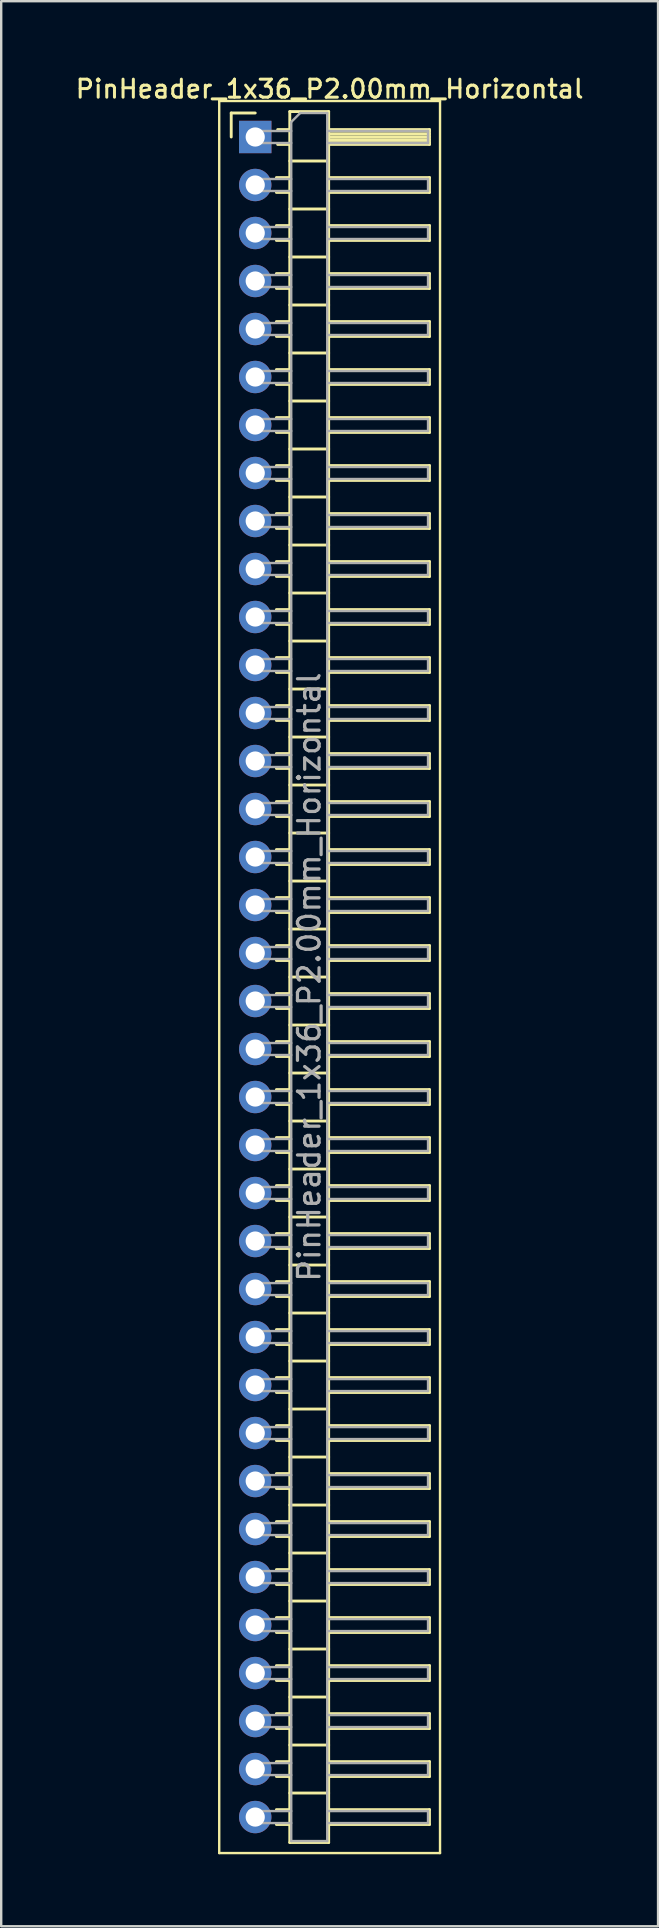
<source format=kicad_pcb>
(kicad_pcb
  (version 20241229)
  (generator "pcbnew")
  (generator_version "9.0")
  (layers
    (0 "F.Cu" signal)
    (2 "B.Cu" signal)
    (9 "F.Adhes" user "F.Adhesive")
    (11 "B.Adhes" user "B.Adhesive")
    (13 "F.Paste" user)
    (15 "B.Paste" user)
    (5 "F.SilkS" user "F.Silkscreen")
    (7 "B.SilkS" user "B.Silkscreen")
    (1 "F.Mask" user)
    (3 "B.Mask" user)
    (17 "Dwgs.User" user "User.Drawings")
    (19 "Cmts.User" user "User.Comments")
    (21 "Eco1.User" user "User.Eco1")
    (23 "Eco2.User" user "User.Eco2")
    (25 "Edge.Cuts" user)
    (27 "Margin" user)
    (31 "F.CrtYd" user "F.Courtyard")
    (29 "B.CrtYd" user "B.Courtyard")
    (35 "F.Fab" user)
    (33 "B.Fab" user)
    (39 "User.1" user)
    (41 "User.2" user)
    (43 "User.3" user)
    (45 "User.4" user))
  (footprint "PinHeader_1x36_P2.00mm_Horizontal"
    (layer "F.Cu")
    (at 7.584 2.658)
    (property "Reference" "PinHeader_1x36_P2.00mm_Horizontal" (at 3.1 -2 0) (layer "F.SilkS") (effects (font (size 0.75 0.75) (thickness 0.125))))
    (attr through_hole)
    (fp_line (start -1.5 -1.5) (end -1.5 71.5) (stroke (width 0.1) (type solid)) (layer "F.SilkS"))
    (fp_line (start -1.5 71.5) (end 7.7 71.5) (stroke (width 0.1) (type solid)) (layer "F.SilkS"))
    (fp_line (start -1 -1) (end 0 -1) (stroke (width 0.12) (type solid)) (layer "F.SilkS"))
    (fp_line (start -1 0) (end -1 -1) (stroke (width 0.12) (type solid)) (layer "F.SilkS"))
    (fp_line (start 0.882 1.69) (end 1.44 1.69) (stroke (width 0.12) (type solid)) (layer "F.SilkS"))
    (fp_line (start 0.882 2.31) (end 1.44 2.31) (stroke (width 0.12) (type solid)) (layer "F.SilkS"))
    (fp_line (start 0.882 3.69) (end 1.44 3.69) (stroke (width 0.12) (type solid)) (layer "F.SilkS"))
    (fp_line (start 0.882 4.31) (end 1.44 4.31) (stroke (width 0.12) (type solid)) (layer "F.SilkS"))
    (fp_line (start 0.882 5.69) (end 1.44 5.69) (stroke (width 0.12) (type solid)) (layer "F.SilkS"))
    (fp_line (start 0.882 6.31) (end 1.44 6.31) (stroke (width 0.12) (type solid)) (layer "F.SilkS"))
    (fp_line (start 0.882 7.69) (end 1.44 7.69) (stroke (width 0.12) (type solid)) (layer "F.SilkS"))
    (fp_line (start 0.882 8.31) (end 1.44 8.31) (stroke (width 0.12) (type solid)) (layer "F.SilkS"))
    (fp_line (start 0.882 9.69) (end 1.44 9.69) (stroke (width 0.12) (type solid)) (layer "F.SilkS"))
    (fp_line (start 0.882 10.31) (end 1.44 10.31) (stroke (width 0.12) (type solid)) (layer "F.SilkS"))
    (fp_line (start 0.882 11.69) (end 1.44 11.69) (stroke (width 0.12) (type solid)) (layer "F.SilkS"))
    (fp_line (start 0.882 12.31) (end 1.44 12.31) (stroke (width 0.12) (type solid)) (layer "F.SilkS"))
    (fp_line (start 0.882 13.69) (end 1.44 13.69) (stroke (width 0.12) (type solid)) (layer "F.SilkS"))
    (fp_line (start 0.882 14.31) (end 1.44 14.31) (stroke (width 0.12) (type solid)) (layer "F.SilkS"))
    (fp_line (start 0.882 15.69) (end 1.44 15.69) (stroke (width 0.12) (type solid)) (layer "F.SilkS"))
    (fp_line (start 0.882 16.31) (end 1.44 16.31) (stroke (width 0.12) (type solid)) (layer "F.SilkS"))
    (fp_line (start 0.882 17.69) (end 1.44 17.69) (stroke (width 0.12) (type solid)) (layer "F.SilkS"))
    (fp_line (start 0.882 18.31) (end 1.44 18.31) (stroke (width 0.12) (type solid)) (layer "F.SilkS"))
    (fp_line (start 0.882 19.69) (end 1.44 19.69) (stroke (width 0.12) (type solid)) (layer "F.SilkS"))
    (fp_line (start 0.882 20.31) (end 1.44 20.31) (stroke (width 0.12) (type solid)) (layer "F.SilkS"))
    (fp_line (start 0.882 21.69) (end 1.44 21.69) (stroke (width 0.12) (type solid)) (layer "F.SilkS"))
    (fp_line (start 0.882 22.31) (end 1.44 22.31) (stroke (width 0.12) (type solid)) (layer "F.SilkS"))
    (fp_line (start 0.882 23.69) (end 1.44 23.69) (stroke (width 0.12) (type solid)) (layer "F.SilkS"))
    (fp_line (start 0.882 24.31) (end 1.44 24.31) (stroke (width 0.12) (type solid)) (layer "F.SilkS"))
    (fp_line (start 0.882 25.69) (end 1.44 25.69) (stroke (width 0.12) (type solid)) (layer "F.SilkS"))
    (fp_line (start 0.882 26.31) (end 1.44 26.31) (stroke (width 0.12) (type solid)) (layer "F.SilkS"))
    (fp_line (start 0.882 27.69) (end 1.44 27.69) (stroke (width 0.12) (type solid)) (layer "F.SilkS"))
    (fp_line (start 0.882 28.31) (end 1.44 28.31) (stroke (width 0.12) (type solid)) (layer "F.SilkS"))
    (fp_line (start 0.882 29.69) (end 1.44 29.69) (stroke (width 0.12) (type solid)) (layer "F.SilkS"))
    (fp_line (start 0.882 30.31) (end 1.44 30.31) (stroke (width 0.12) (type solid)) (layer "F.SilkS"))
    (fp_line (start 0.882 31.69) (end 1.44 31.69) (stroke (width 0.12) (type solid)) (layer "F.SilkS"))
    (fp_line (start 0.882 32.31) (end 1.44 32.31) (stroke (width 0.12) (type solid)) (layer "F.SilkS"))
    (fp_line (start 0.882 33.69) (end 1.44 33.69) (stroke (width 0.12) (type solid)) (layer "F.SilkS"))
    (fp_line (start 0.882 34.31) (end 1.44 34.31) (stroke (width 0.12) (type solid)) (layer "F.SilkS"))
    (fp_line (start 0.882 35.69) (end 1.44 35.69) (stroke (width 0.12) (type solid)) (layer "F.SilkS"))
    (fp_line (start 0.882 36.31) (end 1.44 36.31) (stroke (width 0.12) (type solid)) (layer "F.SilkS"))
    (fp_line (start 0.882 37.69) (end 1.44 37.69) (stroke (width 0.12) (type solid)) (layer "F.SilkS"))
    (fp_line (start 0.882 38.31) (end 1.44 38.31) (stroke (width 0.12) (type solid)) (layer "F.SilkS"))
    (fp_line (start 0.882 39.69) (end 1.44 39.69) (stroke (width 0.12) (type solid)) (layer "F.SilkS"))
    (fp_line (start 0.882 40.31) (end 1.44 40.31) (stroke (width 0.12) (type solid)) (layer "F.SilkS"))
    (fp_line (start 0.882 41.69) (end 1.44 41.69) (stroke (width 0.12) (type solid)) (layer "F.SilkS"))
    (fp_line (start 0.882 42.31) (end 1.44 42.31) (stroke (width 0.12) (type solid)) (layer "F.SilkS"))
    (fp_line (start 0.882 43.69) (end 1.44 43.69) (stroke (width 0.12) (type solid)) (layer "F.SilkS"))
    (fp_line (start 0.882 44.31) (end 1.44 44.31) (stroke (width 0.12) (type solid)) (layer "F.SilkS"))
    (fp_line (start 0.882 45.69) (end 1.44 45.69) (stroke (width 0.12) (type solid)) (layer "F.SilkS"))
    (fp_line (start 0.882 46.31) (end 1.44 46.31) (stroke (width 0.12) (type solid)) (layer "F.SilkS"))
    (fp_line (start 0.882 47.69) (end 1.44 47.69) (stroke (width 0.12) (type solid)) (layer "F.SilkS"))
    (fp_line (start 0.882 48.31) (end 1.44 48.31) (stroke (width 0.12) (type solid)) (layer "F.SilkS"))
    (fp_line (start 0.882 49.69) (end 1.44 49.69) (stroke (width 0.12) (type solid)) (layer "F.SilkS"))
    (fp_line (start 0.882 50.31) (end 1.44 50.31) (stroke (width 0.12) (type solid)) (layer "F.SilkS"))
    (fp_line (start 0.882 51.69) (end 1.44 51.69) (stroke (width 0.12) (type solid)) (layer "F.SilkS"))
    (fp_line (start 0.882 52.31) (end 1.44 52.31) (stroke (width 0.12) (type solid)) (layer "F.SilkS"))
    (fp_line (start 0.882 53.69) (end 1.44 53.69) (stroke (width 0.12) (type solid)) (layer "F.SilkS"))
    (fp_line (start 0.882 54.31) (end 1.44 54.31) (stroke (width 0.12) (type solid)) (layer "F.SilkS"))
    (fp_line (start 0.882 55.69) (end 1.44 55.69) (stroke (width 0.12) (type solid)) (layer "F.SilkS"))
    (fp_line (start 0.882 56.31) (end 1.44 56.31) (stroke (width 0.12) (type solid)) (layer "F.SilkS"))
    (fp_line (start 0.882 57.69) (end 1.44 57.69) (stroke (width 0.12) (type solid)) (layer "F.SilkS"))
    (fp_line (start 0.882 58.31) (end 1.44 58.31) (stroke (width 0.12) (type solid)) (layer "F.SilkS"))
    (fp_line (start 0.882 59.69) (end 1.44 59.69) (stroke (width 0.12) (type solid)) (layer "F.SilkS"))
    (fp_line (start 0.882 60.31) (end 1.44 60.31) (stroke (width 0.12) (type solid)) (layer "F.SilkS"))
    (fp_line (start 0.882 61.69) (end 1.44 61.69) (stroke (width 0.12) (type solid)) (layer "F.SilkS"))
    (fp_line (start 0.882 62.31) (end 1.44 62.31) (stroke (width 0.12) (type solid)) (layer "F.SilkS"))
    (fp_line (start 0.882 63.69) (end 1.44 63.69) (stroke (width 0.12) (type solid)) (layer "F.SilkS"))
    (fp_line (start 0.882 64.31) (end 1.44 64.31) (stroke (width 0.12) (type solid)) (layer "F.SilkS"))
    (fp_line (start 0.882 65.69) (end 1.44 65.69) (stroke (width 0.12) (type solid)) (layer "F.SilkS"))
    (fp_line (start 0.882 66.31) (end 1.44 66.31) (stroke (width 0.12) (type solid)) (layer "F.SilkS"))
    (fp_line (start 0.882 67.69) (end 1.44 67.69) (stroke (width 0.12) (type solid)) (layer "F.SilkS"))
    (fp_line (start 0.882 68.31) (end 1.44 68.31) (stroke (width 0.12) (type solid)) (layer "F.SilkS"))
    (fp_line (start 0.882 69.69) (end 1.44 69.69) (stroke (width 0.12) (type solid)) (layer "F.SilkS"))
    (fp_line (start 0.882 70.31) (end 1.44 70.31) (stroke (width 0.12) (type solid)) (layer "F.SilkS"))
    (fp_line (start 0.935 -0.31) (end 1.44 -0.31) (stroke (width 0.12) (type solid)) (layer "F.SilkS"))
    (fp_line (start 0.935 0.31) (end 1.44 0.31) (stroke (width 0.12) (type solid)) (layer "F.SilkS"))
    (fp_line (start 1.44 -1.06) (end 1.44 71.06) (stroke (width 0.12) (type solid)) (layer "F.SilkS"))
    (fp_line (start 1.44 1) (end 3.06 1) (stroke (width 0.12) (type solid)) (layer "F.SilkS"))
    (fp_line (start 1.44 3) (end 3.06 3) (stroke (width 0.12) (type solid)) (layer "F.SilkS"))
    (fp_line (start 1.44 5) (end 3.06 5) (stroke (width 0.12) (type solid)) (layer "F.SilkS"))
    (fp_line (start 1.44 7) (end 3.06 7) (stroke (width 0.12) (type solid)) (layer "F.SilkS"))
    (fp_line (start 1.44 9) (end 3.06 9) (stroke (width 0.12) (type solid)) (layer "F.SilkS"))
    (fp_line (start 1.44 11) (end 3.06 11) (stroke (width 0.12) (type solid)) (layer "F.SilkS"))
    (fp_line (start 1.44 13) (end 3.06 13) (stroke (width 0.12) (type solid)) (layer "F.SilkS"))
    (fp_line (start 1.44 15) (end 3.06 15) (stroke (width 0.12) (type solid)) (layer "F.SilkS"))
    (fp_line (start 1.44 17) (end 3.06 17) (stroke (width 0.12) (type solid)) (layer "F.SilkS"))
    (fp_line (start 1.44 19) (end 3.06 19) (stroke (width 0.12) (type solid)) (layer "F.SilkS"))
    (fp_line (start 1.44 21) (end 3.06 21) (stroke (width 0.12) (type solid)) (layer "F.SilkS"))
    (fp_line (start 1.44 23) (end 3.06 23) (stroke (width 0.12) (type solid)) (layer "F.SilkS"))
    (fp_line (start 1.44 25) (end 3.06 25) (stroke (width 0.12) (type solid)) (layer "F.SilkS"))
    (fp_line (start 1.44 27) (end 3.06 27) (stroke (width 0.12) (type solid)) (layer "F.SilkS"))
    (fp_line (start 1.44 29) (end 3.06 29) (stroke (width 0.12) (type solid)) (layer "F.SilkS"))
    (fp_line (start 1.44 31) (end 3.06 31) (stroke (width 0.12) (type solid)) (layer "F.SilkS"))
    (fp_line (start 1.44 33) (end 3.06 33) (stroke (width 0.12) (type solid)) (layer "F.SilkS"))
    (fp_line (start 1.44 35) (end 3.06 35) (stroke (width 0.12) (type solid)) (layer "F.SilkS"))
    (fp_line (start 1.44 37) (end 3.06 37) (stroke (width 0.12) (type solid)) (layer "F.SilkS"))
    (fp_line (start 1.44 39) (end 3.06 39) (stroke (width 0.12) (type solid)) (layer "F.SilkS"))
    (fp_line (start 1.44 41) (end 3.06 41) (stroke (width 0.12) (type solid)) (layer "F.SilkS"))
    (fp_line (start 1.44 43) (end 3.06 43) (stroke (width 0.12) (type solid)) (layer "F.SilkS"))
    (fp_line (start 1.44 45) (end 3.06 45) (stroke (width 0.12) (type solid)) (layer "F.SilkS"))
    (fp_line (start 1.44 47) (end 3.06 47) (stroke (width 0.12) (type solid)) (layer "F.SilkS"))
    (fp_line (start 1.44 49) (end 3.06 49) (stroke (width 0.12) (type solid)) (layer "F.SilkS"))
    (fp_line (start 1.44 51) (end 3.06 51) (stroke (width 0.12) (type solid)) (layer "F.SilkS"))
    (fp_line (start 1.44 53) (end 3.06 53) (stroke (width 0.12) (type solid)) (layer "F.SilkS"))
    (fp_line (start 1.44 55) (end 3.06 55) (stroke (width 0.12) (type solid)) (layer "F.SilkS"))
    (fp_line (start 1.44 57) (end 3.06 57) (stroke (width 0.12) (type solid)) (layer "F.SilkS"))
    (fp_line (start 1.44 59) (end 3.06 59) (stroke (width 0.12) (type solid)) (layer "F.SilkS"))
    (fp_line (start 1.44 61) (end 3.06 61) (stroke (width 0.12) (type solid)) (layer "F.SilkS"))
    (fp_line (start 1.44 63) (end 3.06 63) (stroke (width 0.12) (type solid)) (layer "F.SilkS"))
    (fp_line (start 1.44 65) (end 3.06 65) (stroke (width 0.12) (type solid)) (layer "F.SilkS"))
    (fp_line (start 1.44 67) (end 3.06 67) (stroke (width 0.12) (type solid)) (layer "F.SilkS"))
    (fp_line (start 1.44 69) (end 3.06 69) (stroke (width 0.12) (type solid)) (layer "F.SilkS"))
    (fp_line (start 1.44 71.06) (end 3.06 71.06) (stroke (width 0.12) (type solid)) (layer "F.SilkS"))
    (fp_line (start 3.06 -1.06) (end 1.44 -1.06) (stroke (width 0.12) (type solid)) (layer "F.SilkS"))
    (fp_line (start 3.06 -0.31) (end 7.26 -0.31) (stroke (width 0.12) (type solid)) (layer "F.SilkS"))
    (fp_line (start 3.06 -0.25) (end 7.26 -0.25) (stroke (width 0.12) (type solid)) (layer "F.SilkS"))
    (fp_line (start 3.06 -0.13) (end 7.26 -0.13) (stroke (width 0.12) (type solid)) (layer "F.SilkS"))
    (fp_line (start 3.06 -0.01) (end 7.26 -0.01) (stroke (width 0.12) (type solid)) (layer "F.SilkS"))
    (fp_line (start 3.06 0.11) (end 7.26 0.11) (stroke (width 0.12) (type solid)) (layer "F.SilkS"))
    (fp_line (start 3.06 0.23) (end 7.26 0.23) (stroke (width 0.12) (type solid)) (layer "F.SilkS"))
    (fp_line (start 3.06 1.69) (end 7.26 1.69) (stroke (width 0.12) (type solid)) (layer "F.SilkS"))
    (fp_line (start 3.06 3.69) (end 7.26 3.69) (stroke (width 0.12) (type solid)) (layer "F.SilkS"))
    (fp_line (start 3.06 5.69) (end 7.26 5.69) (stroke (width 0.12) (type solid)) (layer "F.SilkS"))
    (fp_line (start 3.06 7.69) (end 7.26 7.69) (stroke (width 0.12) (type solid)) (layer "F.SilkS"))
    (fp_line (start 3.06 9.69) (end 7.26 9.69) (stroke (width 0.12) (type solid)) (layer "F.SilkS"))
    (fp_line (start 3.06 11.69) (end 7.26 11.69) (stroke (width 0.12) (type solid)) (layer "F.SilkS"))
    (fp_line (start 3.06 13.69) (end 7.26 13.69) (stroke (width 0.12) (type solid)) (layer "F.SilkS"))
    (fp_line (start 3.06 15.69) (end 7.26 15.69) (stroke (width 0.12) (type solid)) (layer "F.SilkS"))
    (fp_line (start 3.06 17.69) (end 7.26 17.69) (stroke (width 0.12) (type solid)) (layer "F.SilkS"))
    (fp_line (start 3.06 19.69) (end 7.26 19.69) (stroke (width 0.12) (type solid)) (layer "F.SilkS"))
    (fp_line (start 3.06 21.69) (end 7.26 21.69) (stroke (width 0.12) (type solid)) (layer "F.SilkS"))
    (fp_line (start 3.06 23.69) (end 7.26 23.69) (stroke (width 0.12) (type solid)) (layer "F.SilkS"))
    (fp_line (start 3.06 25.69) (end 7.26 25.69) (stroke (width 0.12) (type solid)) (layer "F.SilkS"))
    (fp_line (start 3.06 27.69) (end 7.26 27.69) (stroke (width 0.12) (type solid)) (layer "F.SilkS"))
    (fp_line (start 3.06 29.69) (end 7.26 29.69) (stroke (width 0.12) (type solid)) (layer "F.SilkS"))
    (fp_line (start 3.06 31.69) (end 7.26 31.69) (stroke (width 0.12) (type solid)) (layer "F.SilkS"))
    (fp_line (start 3.06 33.69) (end 7.26 33.69) (stroke (width 0.12) (type solid)) (layer "F.SilkS"))
    (fp_line (start 3.06 35.69) (end 7.26 35.69) (stroke (width 0.12) (type solid)) (layer "F.SilkS"))
    (fp_line (start 3.06 37.69) (end 7.26 37.69) (stroke (width 0.12) (type solid)) (layer "F.SilkS"))
    (fp_line (start 3.06 39.69) (end 7.26 39.69) (stroke (width 0.12) (type solid)) (layer "F.SilkS"))
    (fp_line (start 3.06 41.69) (end 7.26 41.69) (stroke (width 0.12) (type solid)) (layer "F.SilkS"))
    (fp_line (start 3.06 43.69) (end 7.26 43.69) (stroke (width 0.12) (type solid)) (layer "F.SilkS"))
    (fp_line (start 3.06 45.69) (end 7.26 45.69) (stroke (width 0.12) (type solid)) (layer "F.SilkS"))
    (fp_line (start 3.06 47.69) (end 7.26 47.69) (stroke (width 0.12) (type solid)) (layer "F.SilkS"))
    (fp_line (start 3.06 49.69) (end 7.26 49.69) (stroke (width 0.12) (type solid)) (layer "F.SilkS"))
    (fp_line (start 3.06 51.69) (end 7.26 51.69) (stroke (width 0.12) (type solid)) (layer "F.SilkS"))
    (fp_line (start 3.06 53.69) (end 7.26 53.69) (stroke (width 0.12) (type solid)) (layer "F.SilkS"))
    (fp_line (start 3.06 55.69) (end 7.26 55.69) (stroke (width 0.12) (type solid)) (layer "F.SilkS"))
    (fp_line (start 3.06 57.69) (end 7.26 57.69) (stroke (width 0.12) (type solid)) (layer "F.SilkS"))
    (fp_line (start 3.06 59.69) (end 7.26 59.69) (stroke (width 0.12) (type solid)) (layer "F.SilkS"))
    (fp_line (start 3.06 61.69) (end 7.26 61.69) (stroke (width 0.12) (type solid)) (layer "F.SilkS"))
    (fp_line (start 3.06 63.69) (end 7.26 63.69) (stroke (width 0.12) (type solid)) (layer "F.SilkS"))
    (fp_line (start 3.06 65.69) (end 7.26 65.69) (stroke (width 0.12) (type solid)) (layer "F.SilkS"))
    (fp_line (start 3.06 67.69) (end 7.26 67.69) (stroke (width 0.12) (type solid)) (layer "F.SilkS"))
    (fp_line (start 3.06 69.69) (end 7.26 69.69) (stroke (width 0.12) (type solid)) (layer "F.SilkS"))
    (fp_line (start 3.06 71.06) (end 3.06 -1.06) (stroke (width 0.12) (type solid)) (layer "F.SilkS"))
    (fp_line (start 7.26 -0.31) (end 7.26 0.31) (stroke (width 0.12) (type solid)) (layer "F.SilkS"))
    (fp_line (start 7.26 0.31) (end 3.06 0.31) (stroke (width 0.12) (type solid)) (layer "F.SilkS"))
    (fp_line (start 7.26 1.69) (end 7.26 2.31) (stroke (width 0.12) (type solid)) (layer "F.SilkS"))
    (fp_line (start 7.26 2.31) (end 3.06 2.31) (stroke (width 0.12) (type solid)) (layer "F.SilkS"))
    (fp_line (start 7.26 3.69) (end 7.26 4.31) (stroke (width 0.12) (type solid)) (layer "F.SilkS"))
    (fp_line (start 7.26 4.31) (end 3.06 4.31) (stroke (width 0.12) (type solid)) (layer "F.SilkS"))
    (fp_line (start 7.26 5.69) (end 7.26 6.31) (stroke (width 0.12) (type solid)) (layer "F.SilkS"))
    (fp_line (start 7.26 6.31) (end 3.06 6.31) (stroke (width 0.12) (type solid)) (layer "F.SilkS"))
    (fp_line (start 7.26 7.69) (end 7.26 8.31) (stroke (width 0.12) (type solid)) (layer "F.SilkS"))
    (fp_line (start 7.26 8.31) (end 3.06 8.31) (stroke (width 0.12) (type solid)) (layer "F.SilkS"))
    (fp_line (start 7.26 9.69) (end 7.26 10.31) (stroke (width 0.12) (type solid)) (layer "F.SilkS"))
    (fp_line (start 7.26 10.31) (end 3.06 10.31) (stroke (width 0.12) (type solid)) (layer "F.SilkS"))
    (fp_line (start 7.26 11.69) (end 7.26 12.31) (stroke (width 0.12) (type solid)) (layer "F.SilkS"))
    (fp_line (start 7.26 12.31) (end 3.06 12.31) (stroke (width 0.12) (type solid)) (layer "F.SilkS"))
    (fp_line (start 7.26 13.69) (end 7.26 14.31) (stroke (width 0.12) (type solid)) (layer "F.SilkS"))
    (fp_line (start 7.26 14.31) (end 3.06 14.31) (stroke (width 0.12) (type solid)) (layer "F.SilkS"))
    (fp_line (start 7.26 15.69) (end 7.26 16.31) (stroke (width 0.12) (type solid)) (layer "F.SilkS"))
    (fp_line (start 7.26 16.31) (end 3.06 16.31) (stroke (width 0.12) (type solid)) (layer "F.SilkS"))
    (fp_line (start 7.26 17.69) (end 7.26 18.31) (stroke (width 0.12) (type solid)) (layer "F.SilkS"))
    (fp_line (start 7.26 18.31) (end 3.06 18.31) (stroke (width 0.12) (type solid)) (layer "F.SilkS"))
    (fp_line (start 7.26 19.69) (end 7.26 20.31) (stroke (width 0.12) (type solid)) (layer "F.SilkS"))
    (fp_line (start 7.26 20.31) (end 3.06 20.31) (stroke (width 0.12) (type solid)) (layer "F.SilkS"))
    (fp_line (start 7.26 21.69) (end 7.26 22.31) (stroke (width 0.12) (type solid)) (layer "F.SilkS"))
    (fp_line (start 7.26 22.31) (end 3.06 22.31) (stroke (width 0.12) (type solid)) (layer "F.SilkS"))
    (fp_line (start 7.26 23.69) (end 7.26 24.31) (stroke (width 0.12) (type solid)) (layer "F.SilkS"))
    (fp_line (start 7.26 24.31) (end 3.06 24.31) (stroke (width 0.12) (type solid)) (layer "F.SilkS"))
    (fp_line (start 7.26 25.69) (end 7.26 26.31) (stroke (width 0.12) (type solid)) (layer "F.SilkS"))
    (fp_line (start 7.26 26.31) (end 3.06 26.31) (stroke (width 0.12) (type solid)) (layer "F.SilkS"))
    (fp_line (start 7.26 27.69) (end 7.26 28.31) (stroke (width 0.12) (type solid)) (layer "F.SilkS"))
    (fp_line (start 7.26 28.31) (end 3.06 28.31) (stroke (width 0.12) (type solid)) (layer "F.SilkS"))
    (fp_line (start 7.26 29.69) (end 7.26 30.31) (stroke (width 0.12) (type solid)) (layer "F.SilkS"))
    (fp_line (start 7.26 30.31) (end 3.06 30.31) (stroke (width 0.12) (type solid)) (layer "F.SilkS"))
    (fp_line (start 7.26 31.69) (end 7.26 32.31) (stroke (width 0.12) (type solid)) (layer "F.SilkS"))
    (fp_line (start 7.26 32.31) (end 3.06 32.31) (stroke (width 0.12) (type solid)) (layer "F.SilkS"))
    (fp_line (start 7.26 33.69) (end 7.26 34.31) (stroke (width 0.12) (type solid)) (layer "F.SilkS"))
    (fp_line (start 7.26 34.31) (end 3.06 34.31) (stroke (width 0.12) (type solid)) (layer "F.SilkS"))
    (fp_line (start 7.26 35.69) (end 7.26 36.31) (stroke (width 0.12) (type solid)) (layer "F.SilkS"))
    (fp_line (start 7.26 36.31) (end 3.06 36.31) (stroke (width 0.12) (type solid)) (layer "F.SilkS"))
    (fp_line (start 7.26 37.69) (end 7.26 38.31) (stroke (width 0.12) (type solid)) (layer "F.SilkS"))
    (fp_line (start 7.26 38.31) (end 3.06 38.31) (stroke (width 0.12) (type solid)) (layer "F.SilkS"))
    (fp_line (start 7.26 39.69) (end 7.26 40.31) (stroke (width 0.12) (type solid)) (layer "F.SilkS"))
    (fp_line (start 7.26 40.31) (end 3.06 40.31) (stroke (width 0.12) (type solid)) (layer "F.SilkS"))
    (fp_line (start 7.26 41.69) (end 7.26 42.31) (stroke (width 0.12) (type solid)) (layer "F.SilkS"))
    (fp_line (start 7.26 42.31) (end 3.06 42.31) (stroke (width 0.12) (type solid)) (layer "F.SilkS"))
    (fp_line (start 7.26 43.69) (end 7.26 44.31) (stroke (width 0.12) (type solid)) (layer "F.SilkS"))
    (fp_line (start 7.26 44.31) (end 3.06 44.31) (stroke (width 0.12) (type solid)) (layer "F.SilkS"))
    (fp_line (start 7.26 45.69) (end 7.26 46.31) (stroke (width 0.12) (type solid)) (layer "F.SilkS"))
    (fp_line (start 7.26 46.31) (end 3.06 46.31) (stroke (width 0.12) (type solid)) (layer "F.SilkS"))
    (fp_line (start 7.26 47.69) (end 7.26 48.31) (stroke (width 0.12) (type solid)) (layer "F.SilkS"))
    (fp_line (start 7.26 48.31) (end 3.06 48.31) (stroke (width 0.12) (type solid)) (layer "F.SilkS"))
    (fp_line (start 7.26 49.69) (end 7.26 50.31) (stroke (width 0.12) (type solid)) (layer "F.SilkS"))
    (fp_line (start 7.26 50.31) (end 3.06 50.31) (stroke (width 0.12) (type solid)) (layer "F.SilkS"))
    (fp_line (start 7.26 51.69) (end 7.26 52.31) (stroke (width 0.12) (type solid)) (layer "F.SilkS"))
    (fp_line (start 7.26 52.31) (end 3.06 52.31) (stroke (width 0.12) (type solid)) (layer "F.SilkS"))
    (fp_line (start 7.26 53.69) (end 7.26 54.31) (stroke (width 0.12) (type solid)) (layer "F.SilkS"))
    (fp_line (start 7.26 54.31) (end 3.06 54.31) (stroke (width 0.12) (type solid)) (layer "F.SilkS"))
    (fp_line (start 7.26 55.69) (end 7.26 56.31) (stroke (width 0.12) (type solid)) (layer "F.SilkS"))
    (fp_line (start 7.26 56.31) (end 3.06 56.31) (stroke (width 0.12) (type solid)) (layer "F.SilkS"))
    (fp_line (start 7.26 57.69) (end 7.26 58.31) (stroke (width 0.12) (type solid)) (layer "F.SilkS"))
    (fp_line (start 7.26 58.31) (end 3.06 58.31) (stroke (width 0.12) (type solid)) (layer "F.SilkS"))
    (fp_line (start 7.26 59.69) (end 7.26 60.31) (stroke (width 0.12) (type solid)) (layer "F.SilkS"))
    (fp_line (start 7.26 60.31) (end 3.06 60.31) (stroke (width 0.12) (type solid)) (layer "F.SilkS"))
    (fp_line (start 7.26 61.69) (end 7.26 62.31) (stroke (width 0.12) (type solid)) (layer "F.SilkS"))
    (fp_line (start 7.26 62.31) (end 3.06 62.31) (stroke (width 0.12) (type solid)) (layer "F.SilkS"))
    (fp_line (start 7.26 63.69) (end 7.26 64.31) (stroke (width 0.12) (type solid)) (layer "F.SilkS"))
    (fp_line (start 7.26 64.31) (end 3.06 64.31) (stroke (width 0.12) (type solid)) (layer "F.SilkS"))
    (fp_line (start 7.26 65.69) (end 7.26 66.31) (stroke (width 0.12) (type solid)) (layer "F.SilkS"))
    (fp_line (start 7.26 66.31) (end 3.06 66.31) (stroke (width 0.12) (type solid)) (layer "F.SilkS"))
    (fp_line (start 7.26 67.69) (end 7.26 68.31) (stroke (width 0.12) (type solid)) (layer "F.SilkS"))
    (fp_line (start 7.26 68.31) (end 3.06 68.31) (stroke (width 0.12) (type solid)) (layer "F.SilkS"))
    (fp_line (start 7.26 69.69) (end 7.26 70.31) (stroke (width 0.12) (type solid)) (layer "F.SilkS"))
    (fp_line (start 7.26 70.31) (end 3.06 70.31) (stroke (width 0.12) (type solid)) (layer "F.SilkS"))
    (fp_line (start 7.7 -1.5) (end -1.5 -1.5) (stroke (width 0.1) (type solid)) (layer "F.SilkS"))
    (fp_line (start 7.7 71.5) (end 7.7 -1.5) (stroke (width 0.1) (type solid)) (layer "F.SilkS"))
    (fp_line (start -0.25 -0.25) (end -0.25 0.25) (stroke (width 0.1) (type solid)) (layer "F.Fab"))
    (fp_line (start -0.25 -0.25) (end 1.5 -0.25) (stroke (width 0.1) (type solid)) (layer "F.Fab"))
    (fp_line (start -0.25 0.25) (end 1.5 0.25) (stroke (width 0.1) (type solid)) (layer "F.Fab"))
    (fp_line (start -0.25 1.75) (end -0.25 2.25) (stroke (width 0.1) (type solid)) (layer "F.Fab"))
    (fp_line (start -0.25 1.75) (end 1.5 1.75) (stroke (width 0.1) (type solid)) (layer "F.Fab"))
    (fp_line (start -0.25 2.25) (end 1.5 2.25) (stroke (width 0.1) (type solid)) (layer "F.Fab"))
    (fp_line (start -0.25 3.75) (end -0.25 4.25) (stroke (width 0.1) (type solid)) (layer "F.Fab"))
    (fp_line (start -0.25 3.75) (end 1.5 3.75) (stroke (width 0.1) (type solid)) (layer "F.Fab"))
    (fp_line (start -0.25 4.25) (end 1.5 4.25) (stroke (width 0.1) (type solid)) (layer "F.Fab"))
    (fp_line (start -0.25 5.75) (end -0.25 6.25) (stroke (width 0.1) (type solid)) (layer "F.Fab"))
    (fp_line (start -0.25 5.75) (end 1.5 5.75) (stroke (width 0.1) (type solid)) (layer "F.Fab"))
    (fp_line (start -0.25 6.25) (end 1.5 6.25) (stroke (width 0.1) (type solid)) (layer "F.Fab"))
    (fp_line (start -0.25 7.75) (end -0.25 8.25) (stroke (width 0.1) (type solid)) (layer "F.Fab"))
    (fp_line (start -0.25 7.75) (end 1.5 7.75) (stroke (width 0.1) (type solid)) (layer "F.Fab"))
    (fp_line (start -0.25 8.25) (end 1.5 8.25) (stroke (width 0.1) (type solid)) (layer "F.Fab"))
    (fp_line (start -0.25 9.75) (end -0.25 10.25) (stroke (width 0.1) (type solid)) (layer "F.Fab"))
    (fp_line (start -0.25 9.75) (end 1.5 9.75) (stroke (width 0.1) (type solid)) (layer "F.Fab"))
    (fp_line (start -0.25 10.25) (end 1.5 10.25) (stroke (width 0.1) (type solid)) (layer "F.Fab"))
    (fp_line (start -0.25 11.75) (end -0.25 12.25) (stroke (width 0.1) (type solid)) (layer "F.Fab"))
    (fp_line (start -0.25 11.75) (end 1.5 11.75) (stroke (width 0.1) (type solid)) (layer "F.Fab"))
    (fp_line (start -0.25 12.25) (end 1.5 12.25) (stroke (width 0.1) (type solid)) (layer "F.Fab"))
    (fp_line (start -0.25 13.75) (end -0.25 14.25) (stroke (width 0.1) (type solid)) (layer "F.Fab"))
    (fp_line (start -0.25 13.75) (end 1.5 13.75) (stroke (width 0.1) (type solid)) (layer "F.Fab"))
    (fp_line (start -0.25 14.25) (end 1.5 14.25) (stroke (width 0.1) (type solid)) (layer "F.Fab"))
    (fp_line (start -0.25 15.75) (end -0.25 16.25) (stroke (width 0.1) (type solid)) (layer "F.Fab"))
    (fp_line (start -0.25 15.75) (end 1.5 15.75) (stroke (width 0.1) (type solid)) (layer "F.Fab"))
    (fp_line (start -0.25 16.25) (end 1.5 16.25) (stroke (width 0.1) (type solid)) (layer "F.Fab"))
    (fp_line (start -0.25 17.75) (end -0.25 18.25) (stroke (width 0.1) (type solid)) (layer "F.Fab"))
    (fp_line (start -0.25 17.75) (end 1.5 17.75) (stroke (width 0.1) (type solid)) (layer "F.Fab"))
    (fp_line (start -0.25 18.25) (end 1.5 18.25) (stroke (width 0.1) (type solid)) (layer "F.Fab"))
    (fp_line (start -0.25 19.75) (end -0.25 20.25) (stroke (width 0.1) (type solid)) (layer "F.Fab"))
    (fp_line (start -0.25 19.75) (end 1.5 19.75) (stroke (width 0.1) (type solid)) (layer "F.Fab"))
    (fp_line (start -0.25 20.25) (end 1.5 20.25) (stroke (width 0.1) (type solid)) (layer "F.Fab"))
    (fp_line (start -0.25 21.75) (end -0.25 22.25) (stroke (width 0.1) (type solid)) (layer "F.Fab"))
    (fp_line (start -0.25 21.75) (end 1.5 21.75) (stroke (width 0.1) (type solid)) (layer "F.Fab"))
    (fp_line (start -0.25 22.25) (end 1.5 22.25) (stroke (width 0.1) (type solid)) (layer "F.Fab"))
    (fp_line (start -0.25 23.75) (end -0.25 24.25) (stroke (width 0.1) (type solid)) (layer "F.Fab"))
    (fp_line (start -0.25 23.75) (end 1.5 23.75) (stroke (width 0.1) (type solid)) (layer "F.Fab"))
    (fp_line (start -0.25 24.25) (end 1.5 24.25) (stroke (width 0.1) (type solid)) (layer "F.Fab"))
    (fp_line (start -0.25 25.75) (end -0.25 26.25) (stroke (width 0.1) (type solid)) (layer "F.Fab"))
    (fp_line (start -0.25 25.75) (end 1.5 25.75) (stroke (width 0.1) (type solid)) (layer "F.Fab"))
    (fp_line (start -0.25 26.25) (end 1.5 26.25) (stroke (width 0.1) (type solid)) (layer "F.Fab"))
    (fp_line (start -0.25 27.75) (end -0.25 28.25) (stroke (width 0.1) (type solid)) (layer "F.Fab"))
    (fp_line (start -0.25 27.75) (end 1.5 27.75) (stroke (width 0.1) (type solid)) (layer "F.Fab"))
    (fp_line (start -0.25 28.25) (end 1.5 28.25) (stroke (width 0.1) (type solid)) (layer "F.Fab"))
    (fp_line (start -0.25 29.75) (end -0.25 30.25) (stroke (width 0.1) (type solid)) (layer "F.Fab"))
    (fp_line (start -0.25 29.75) (end 1.5 29.75) (stroke (width 0.1) (type solid)) (layer "F.Fab"))
    (fp_line (start -0.25 30.25) (end 1.5 30.25) (stroke (width 0.1) (type solid)) (layer "F.Fab"))
    (fp_line (start -0.25 31.75) (end -0.25 32.25) (stroke (width 0.1) (type solid)) (layer "F.Fab"))
    (fp_line (start -0.25 31.75) (end 1.5 31.75) (stroke (width 0.1) (type solid)) (layer "F.Fab"))
    (fp_line (start -0.25 32.25) (end 1.5 32.25) (stroke (width 0.1) (type solid)) (layer "F.Fab"))
    (fp_line (start -0.25 33.75) (end -0.25 34.25) (stroke (width 0.1) (type solid)) (layer "F.Fab"))
    (fp_line (start -0.25 33.75) (end 1.5 33.75) (stroke (width 0.1) (type solid)) (layer "F.Fab"))
    (fp_line (start -0.25 34.25) (end 1.5 34.25) (stroke (width 0.1) (type solid)) (layer "F.Fab"))
    (fp_line (start -0.25 35.75) (end -0.25 36.25) (stroke (width 0.1) (type solid)) (layer "F.Fab"))
    (fp_line (start -0.25 35.75) (end 1.5 35.75) (stroke (width 0.1) (type solid)) (layer "F.Fab"))
    (fp_line (start -0.25 36.25) (end 1.5 36.25) (stroke (width 0.1) (type solid)) (layer "F.Fab"))
    (fp_line (start -0.25 37.75) (end -0.25 38.25) (stroke (width 0.1) (type solid)) (layer "F.Fab"))
    (fp_line (start -0.25 37.75) (end 1.5 37.75) (stroke (width 0.1) (type solid)) (layer "F.Fab"))
    (fp_line (start -0.25 38.25) (end 1.5 38.25) (stroke (width 0.1) (type solid)) (layer "F.Fab"))
    (fp_line (start -0.25 39.75) (end -0.25 40.25) (stroke (width 0.1) (type solid)) (layer "F.Fab"))
    (fp_line (start -0.25 39.75) (end 1.5 39.75) (stroke (width 0.1) (type solid)) (layer "F.Fab"))
    (fp_line (start -0.25 40.25) (end 1.5 40.25) (stroke (width 0.1) (type solid)) (layer "F.Fab"))
    (fp_line (start -0.25 41.75) (end -0.25 42.25) (stroke (width 0.1) (type solid)) (layer "F.Fab"))
    (fp_line (start -0.25 41.75) (end 1.5 41.75) (stroke (width 0.1) (type solid)) (layer "F.Fab"))
    (fp_line (start -0.25 42.25) (end 1.5 42.25) (stroke (width 0.1) (type solid)) (layer "F.Fab"))
    (fp_line (start -0.25 43.75) (end -0.25 44.25) (stroke (width 0.1) (type solid)) (layer "F.Fab"))
    (fp_line (start -0.25 43.75) (end 1.5 43.75) (stroke (width 0.1) (type solid)) (layer "F.Fab"))
    (fp_line (start -0.25 44.25) (end 1.5 44.25) (stroke (width 0.1) (type solid)) (layer "F.Fab"))
    (fp_line (start -0.25 45.75) (end -0.25 46.25) (stroke (width 0.1) (type solid)) (layer "F.Fab"))
    (fp_line (start -0.25 45.75) (end 1.5 45.75) (stroke (width 0.1) (type solid)) (layer "F.Fab"))
    (fp_line (start -0.25 46.25) (end 1.5 46.25) (stroke (width 0.1) (type solid)) (layer "F.Fab"))
    (fp_line (start -0.25 47.75) (end -0.25 48.25) (stroke (width 0.1) (type solid)) (layer "F.Fab"))
    (fp_line (start -0.25 47.75) (end 1.5 47.75) (stroke (width 0.1) (type solid)) (layer "F.Fab"))
    (fp_line (start -0.25 48.25) (end 1.5 48.25) (stroke (width 0.1) (type solid)) (layer "F.Fab"))
    (fp_line (start -0.25 49.75) (end -0.25 50.25) (stroke (width 0.1) (type solid)) (layer "F.Fab"))
    (fp_line (start -0.25 49.75) (end 1.5 49.75) (stroke (width 0.1) (type solid)) (layer "F.Fab"))
    (fp_line (start -0.25 50.25) (end 1.5 50.25) (stroke (width 0.1) (type solid)) (layer "F.Fab"))
    (fp_line (start -0.25 51.75) (end -0.25 52.25) (stroke (width 0.1) (type solid)) (layer "F.Fab"))
    (fp_line (start -0.25 51.75) (end 1.5 51.75) (stroke (width 0.1) (type solid)) (layer "F.Fab"))
    (fp_line (start -0.25 52.25) (end 1.5 52.25) (stroke (width 0.1) (type solid)) (layer "F.Fab"))
    (fp_line (start -0.25 53.75) (end -0.25 54.25) (stroke (width 0.1) (type solid)) (layer "F.Fab"))
    (fp_line (start -0.25 53.75) (end 1.5 53.75) (stroke (width 0.1) (type solid)) (layer "F.Fab"))
    (fp_line (start -0.25 54.25) (end 1.5 54.25) (stroke (width 0.1) (type solid)) (layer "F.Fab"))
    (fp_line (start -0.25 55.75) (end -0.25 56.25) (stroke (width 0.1) (type solid)) (layer "F.Fab"))
    (fp_line (start -0.25 55.75) (end 1.5 55.75) (stroke (width 0.1) (type solid)) (layer "F.Fab"))
    (fp_line (start -0.25 56.25) (end 1.5 56.25) (stroke (width 0.1) (type solid)) (layer "F.Fab"))
    (fp_line (start -0.25 57.75) (end -0.25 58.25) (stroke (width 0.1) (type solid)) (layer "F.Fab"))
    (fp_line (start -0.25 57.75) (end 1.5 57.75) (stroke (width 0.1) (type solid)) (layer "F.Fab"))
    (fp_line (start -0.25 58.25) (end 1.5 58.25) (stroke (width 0.1) (type solid)) (layer "F.Fab"))
    (fp_line (start -0.25 59.75) (end -0.25 60.25) (stroke (width 0.1) (type solid)) (layer "F.Fab"))
    (fp_line (start -0.25 59.75) (end 1.5 59.75) (stroke (width 0.1) (type solid)) (layer "F.Fab"))
    (fp_line (start -0.25 60.25) (end 1.5 60.25) (stroke (width 0.1) (type solid)) (layer "F.Fab"))
    (fp_line (start -0.25 61.75) (end -0.25 62.25) (stroke (width 0.1) (type solid)) (layer "F.Fab"))
    (fp_line (start -0.25 61.75) (end 1.5 61.75) (stroke (width 0.1) (type solid)) (layer "F.Fab"))
    (fp_line (start -0.25 62.25) (end 1.5 62.25) (stroke (width 0.1) (type solid)) (layer "F.Fab"))
    (fp_line (start -0.25 63.75) (end -0.25 64.25) (stroke (width 0.1) (type solid)) (layer "F.Fab"))
    (fp_line (start -0.25 63.75) (end 1.5 63.75) (stroke (width 0.1) (type solid)) (layer "F.Fab"))
    (fp_line (start -0.25 64.25) (end 1.5 64.25) (stroke (width 0.1) (type solid)) (layer "F.Fab"))
    (fp_line (start -0.25 65.75) (end -0.25 66.25) (stroke (width 0.1) (type solid)) (layer "F.Fab"))
    (fp_line (start -0.25 65.75) (end 1.5 65.75) (stroke (width 0.1) (type solid)) (layer "F.Fab"))
    (fp_line (start -0.25 66.25) (end 1.5 66.25) (stroke (width 0.1) (type solid)) (layer "F.Fab"))
    (fp_line (start -0.25 67.75) (end -0.25 68.25) (stroke (width 0.1) (type solid)) (layer "F.Fab"))
    (fp_line (start -0.25 67.75) (end 1.5 67.75) (stroke (width 0.1) (type solid)) (layer "F.Fab"))
    (fp_line (start -0.25 68.25) (end 1.5 68.25) (stroke (width 0.1) (type solid)) (layer "F.Fab"))
    (fp_line (start -0.25 69.75) (end -0.25 70.25) (stroke (width 0.1) (type solid)) (layer "F.Fab"))
    (fp_line (start -0.25 69.75) (end 1.5 69.75) (stroke (width 0.1) (type solid)) (layer "F.Fab"))
    (fp_line (start -0.25 70.25) (end 1.5 70.25) (stroke (width 0.1) (type solid)) (layer "F.Fab"))
    (fp_line (start 1.5 -0.625) (end 1.875 -1) (stroke (width 0.1) (type solid)) (layer "F.Fab"))
    (fp_line (start 1.5 71) (end 1.5 -0.625) (stroke (width 0.1) (type solid)) (layer "F.Fab"))
    (fp_line (start 1.875 -1) (end 3 -1) (stroke (width 0.1) (type solid)) (layer "F.Fab"))
    (fp_line (start 3 -1) (end 3 71) (stroke (width 0.1) (type solid)) (layer "F.Fab"))
    (fp_line (start 3 -0.25) (end 7.2 -0.25) (stroke (width 0.1) (type solid)) (layer "F.Fab"))
    (fp_line (start 3 0.25) (end 7.2 0.25) (stroke (width 0.1) (type solid)) (layer "F.Fab"))
    (fp_line (start 3 1.75) (end 7.2 1.75) (stroke (width 0.1) (type solid)) (layer "F.Fab"))
    (fp_line (start 3 2.25) (end 7.2 2.25) (stroke (width 0.1) (type solid)) (layer "F.Fab"))
    (fp_line (start 3 3.75) (end 7.2 3.75) (stroke (width 0.1) (type solid)) (layer "F.Fab"))
    (fp_line (start 3 4.25) (end 7.2 4.25) (stroke (width 0.1) (type solid)) (layer "F.Fab"))
    (fp_line (start 3 5.75) (end 7.2 5.75) (stroke (width 0.1) (type solid)) (layer "F.Fab"))
    (fp_line (start 3 6.25) (end 7.2 6.25) (stroke (width 0.1) (type solid)) (layer "F.Fab"))
    (fp_line (start 3 7.75) (end 7.2 7.75) (stroke (width 0.1) (type solid)) (layer "F.Fab"))
    (fp_line (start 3 8.25) (end 7.2 8.25) (stroke (width 0.1) (type solid)) (layer "F.Fab"))
    (fp_line (start 3 9.75) (end 7.2 9.75) (stroke (width 0.1) (type solid)) (layer "F.Fab"))
    (fp_line (start 3 10.25) (end 7.2 10.25) (stroke (width 0.1) (type solid)) (layer "F.Fab"))
    (fp_line (start 3 11.75) (end 7.2 11.75) (stroke (width 0.1) (type solid)) (layer "F.Fab"))
    (fp_line (start 3 12.25) (end 7.2 12.25) (stroke (width 0.1) (type solid)) (layer "F.Fab"))
    (fp_line (start 3 13.75) (end 7.2 13.75) (stroke (width 0.1) (type solid)) (layer "F.Fab"))
    (fp_line (start 3 14.25) (end 7.2 14.25) (stroke (width 0.1) (type solid)) (layer "F.Fab"))
    (fp_line (start 3 15.75) (end 7.2 15.75) (stroke (width 0.1) (type solid)) (layer "F.Fab"))
    (fp_line (start 3 16.25) (end 7.2 16.25) (stroke (width 0.1) (type solid)) (layer "F.Fab"))
    (fp_line (start 3 17.75) (end 7.2 17.75) (stroke (width 0.1) (type solid)) (layer "F.Fab"))
    (fp_line (start 3 18.25) (end 7.2 18.25) (stroke (width 0.1) (type solid)) (layer "F.Fab"))
    (fp_line (start 3 19.75) (end 7.2 19.75) (stroke (width 0.1) (type solid)) (layer "F.Fab"))
    (fp_line (start 3 20.25) (end 7.2 20.25) (stroke (width 0.1) (type solid)) (layer "F.Fab"))
    (fp_line (start 3 21.75) (end 7.2 21.75) (stroke (width 0.1) (type solid)) (layer "F.Fab"))
    (fp_line (start 3 22.25) (end 7.2 22.25) (stroke (width 0.1) (type solid)) (layer "F.Fab"))
    (fp_line (start 3 23.75) (end 7.2 23.75) (stroke (width 0.1) (type solid)) (layer "F.Fab"))
    (fp_line (start 3 24.25) (end 7.2 24.25) (stroke (width 0.1) (type solid)) (layer "F.Fab"))
    (fp_line (start 3 25.75) (end 7.2 25.75) (stroke (width 0.1) (type solid)) (layer "F.Fab"))
    (fp_line (start 3 26.25) (end 7.2 26.25) (stroke (width 0.1) (type solid)) (layer "F.Fab"))
    (fp_line (start 3 27.75) (end 7.2 27.75) (stroke (width 0.1) (type solid)) (layer "F.Fab"))
    (fp_line (start 3 28.25) (end 7.2 28.25) (stroke (width 0.1) (type solid)) (layer "F.Fab"))
    (fp_line (start 3 29.75) (end 7.2 29.75) (stroke (width 0.1) (type solid)) (layer "F.Fab"))
    (fp_line (start 3 30.25) (end 7.2 30.25) (stroke (width 0.1) (type solid)) (layer "F.Fab"))
    (fp_line (start 3 31.75) (end 7.2 31.75) (stroke (width 0.1) (type solid)) (layer "F.Fab"))
    (fp_line (start 3 32.25) (end 7.2 32.25) (stroke (width 0.1) (type solid)) (layer "F.Fab"))
    (fp_line (start 3 33.75) (end 7.2 33.75) (stroke (width 0.1) (type solid)) (layer "F.Fab"))
    (fp_line (start 3 34.25) (end 7.2 34.25) (stroke (width 0.1) (type solid)) (layer "F.Fab"))
    (fp_line (start 3 35.75) (end 7.2 35.75) (stroke (width 0.1) (type solid)) (layer "F.Fab"))
    (fp_line (start 3 36.25) (end 7.2 36.25) (stroke (width 0.1) (type solid)) (layer "F.Fab"))
    (fp_line (start 3 37.75) (end 7.2 37.75) (stroke (width 0.1) (type solid)) (layer "F.Fab"))
    (fp_line (start 3 38.25) (end 7.2 38.25) (stroke (width 0.1) (type solid)) (layer "F.Fab"))
    (fp_line (start 3 39.75) (end 7.2 39.75) (stroke (width 0.1) (type solid)) (layer "F.Fab"))
    (fp_line (start 3 40.25) (end 7.2 40.25) (stroke (width 0.1) (type solid)) (layer "F.Fab"))
    (fp_line (start 3 41.75) (end 7.2 41.75) (stroke (width 0.1) (type solid)) (layer "F.Fab"))
    (fp_line (start 3 42.25) (end 7.2 42.25) (stroke (width 0.1) (type solid)) (layer "F.Fab"))
    (fp_line (start 3 43.75) (end 7.2 43.75) (stroke (width 0.1) (type solid)) (layer "F.Fab"))
    (fp_line (start 3 44.25) (end 7.2 44.25) (stroke (width 0.1) (type solid)) (layer "F.Fab"))
    (fp_line (start 3 45.75) (end 7.2 45.75) (stroke (width 0.1) (type solid)) (layer "F.Fab"))
    (fp_line (start 3 46.25) (end 7.2 46.25) (stroke (width 0.1) (type solid)) (layer "F.Fab"))
    (fp_line (start 3 47.75) (end 7.2 47.75) (stroke (width 0.1) (type solid)) (layer "F.Fab"))
    (fp_line (start 3 48.25) (end 7.2 48.25) (stroke (width 0.1) (type solid)) (layer "F.Fab"))
    (fp_line (start 3 49.75) (end 7.2 49.75) (stroke (width 0.1) (type solid)) (layer "F.Fab"))
    (fp_line (start 3 50.25) (end 7.2 50.25) (stroke (width 0.1) (type solid)) (layer "F.Fab"))
    (fp_line (start 3 51.75) (end 7.2 51.75) (stroke (width 0.1) (type solid)) (layer "F.Fab"))
    (fp_line (start 3 52.25) (end 7.2 52.25) (stroke (width 0.1) (type solid)) (layer "F.Fab"))
    (fp_line (start 3 53.75) (end 7.2 53.75) (stroke (width 0.1) (type solid)) (layer "F.Fab"))
    (fp_line (start 3 54.25) (end 7.2 54.25) (stroke (width 0.1) (type solid)) (layer "F.Fab"))
    (fp_line (start 3 55.75) (end 7.2 55.75) (stroke (width 0.1) (type solid)) (layer "F.Fab"))
    (fp_line (start 3 56.25) (end 7.2 56.25) (stroke (width 0.1) (type solid)) (layer "F.Fab"))
    (fp_line (start 3 57.75) (end 7.2 57.75) (stroke (width 0.1) (type solid)) (layer "F.Fab"))
    (fp_line (start 3 58.25) (end 7.2 58.25) (stroke (width 0.1) (type solid)) (layer "F.Fab"))
    (fp_line (start 3 59.75) (end 7.2 59.75) (stroke (width 0.1) (type solid)) (layer "F.Fab"))
    (fp_line (start 3 60.25) (end 7.2 60.25) (stroke (width 0.1) (type solid)) (layer "F.Fab"))
    (fp_line (start 3 61.75) (end 7.2 61.75) (stroke (width 0.1) (type solid)) (layer "F.Fab"))
    (fp_line (start 3 62.25) (end 7.2 62.25) (stroke (width 0.1) (type solid)) (layer "F.Fab"))
    (fp_line (start 3 63.75) (end 7.2 63.75) (stroke (width 0.1) (type solid)) (layer "F.Fab"))
    (fp_line (start 3 64.25) (end 7.2 64.25) (stroke (width 0.1) (type solid)) (layer "F.Fab"))
    (fp_line (start 3 65.75) (end 7.2 65.75) (stroke (width 0.1) (type solid)) (layer "F.Fab"))
    (fp_line (start 3 66.25) (end 7.2 66.25) (stroke (width 0.1) (type solid)) (layer "F.Fab"))
    (fp_line (start 3 67.75) (end 7.2 67.75) (stroke (width 0.1) (type solid)) (layer "F.Fab"))
    (fp_line (start 3 68.25) (end 7.2 68.25) (stroke (width 0.1) (type solid)) (layer "F.Fab"))
    (fp_line (start 3 69.75) (end 7.2 69.75) (stroke (width 0.1) (type solid)) (layer "F.Fab"))
    (fp_line (start 3 70.25) (end 7.2 70.25) (stroke (width 0.1) (type solid)) (layer "F.Fab"))
    (fp_line (start 3 71) (end 1.5 71) (stroke (width 0.1) (type solid)) (layer "F.Fab"))
    (fp_line (start 7.2 -0.25) (end 7.2 0.25) (stroke (width 0.1) (type solid)) (layer "F.Fab"))
    (fp_line (start 7.2 1.75) (end 7.2 2.25) (stroke (width 0.1) (type solid)) (layer "F.Fab"))
    (fp_line (start 7.2 3.75) (end 7.2 4.25) (stroke (width 0.1) (type solid)) (layer "F.Fab"))
    (fp_line (start 7.2 5.75) (end 7.2 6.25) (stroke (width 0.1) (type solid)) (layer "F.Fab"))
    (fp_line (start 7.2 7.75) (end 7.2 8.25) (stroke (width 0.1) (type solid)) (layer "F.Fab"))
    (fp_line (start 7.2 9.75) (end 7.2 10.25) (stroke (width 0.1) (type solid)) (layer "F.Fab"))
    (fp_line (start 7.2 11.75) (end 7.2 12.25) (stroke (width 0.1) (type solid)) (layer "F.Fab"))
    (fp_line (start 7.2 13.75) (end 7.2 14.25) (stroke (width 0.1) (type solid)) (layer "F.Fab"))
    (fp_line (start 7.2 15.75) (end 7.2 16.25) (stroke (width 0.1) (type solid)) (layer "F.Fab"))
    (fp_line (start 7.2 17.75) (end 7.2 18.25) (stroke (width 0.1) (type solid)) (layer "F.Fab"))
    (fp_line (start 7.2 19.75) (end 7.2 20.25) (stroke (width 0.1) (type solid)) (layer "F.Fab"))
    (fp_line (start 7.2 21.75) (end 7.2 22.25) (stroke (width 0.1) (type solid)) (layer "F.Fab"))
    (fp_line (start 7.2 23.75) (end 7.2 24.25) (stroke (width 0.1) (type solid)) (layer "F.Fab"))
    (fp_line (start 7.2 25.75) (end 7.2 26.25) (stroke (width 0.1) (type solid)) (layer "F.Fab"))
    (fp_line (start 7.2 27.75) (end 7.2 28.25) (stroke (width 0.1) (type solid)) (layer "F.Fab"))
    (fp_line (start 7.2 29.75) (end 7.2 30.25) (stroke (width 0.1) (type solid)) (layer "F.Fab"))
    (fp_line (start 7.2 31.75) (end 7.2 32.25) (stroke (width 0.1) (type solid)) (layer "F.Fab"))
    (fp_line (start 7.2 33.75) (end 7.2 34.25) (stroke (width 0.1) (type solid)) (layer "F.Fab"))
    (fp_line (start 7.2 35.75) (end 7.2 36.25) (stroke (width 0.1) (type solid)) (layer "F.Fab"))
    (fp_line (start 7.2 37.75) (end 7.2 38.25) (stroke (width 0.1) (type solid)) (layer "F.Fab"))
    (fp_line (start 7.2 39.75) (end 7.2 40.25) (stroke (width 0.1) (type solid)) (layer "F.Fab"))
    (fp_line (start 7.2 41.75) (end 7.2 42.25) (stroke (width 0.1) (type solid)) (layer "F.Fab"))
    (fp_line (start 7.2 43.75) (end 7.2 44.25) (stroke (width 0.1) (type solid)) (layer "F.Fab"))
    (fp_line (start 7.2 45.75) (end 7.2 46.25) (stroke (width 0.1) (type solid)) (layer "F.Fab"))
    (fp_line (start 7.2 47.75) (end 7.2 48.25) (stroke (width 0.1) (type solid)) (layer "F.Fab"))
    (fp_line (start 7.2 49.75) (end 7.2 50.25) (stroke (width 0.1) (type solid)) (layer "F.Fab"))
    (fp_line (start 7.2 51.75) (end 7.2 52.25) (stroke (width 0.1) (type solid)) (layer "F.Fab"))
    (fp_line (start 7.2 53.75) (end 7.2 54.25) (stroke (width 0.1) (type solid)) (layer "F.Fab"))
    (fp_line (start 7.2 55.75) (end 7.2 56.25) (stroke (width 0.1) (type solid)) (layer "F.Fab"))
    (fp_line (start 7.2 57.75) (end 7.2 58.25) (stroke (width 0.1) (type solid)) (layer "F.Fab"))
    (fp_line (start 7.2 59.75) (end 7.2 60.25) (stroke (width 0.1) (type solid)) (layer "F.Fab"))
    (fp_line (start 7.2 61.75) (end 7.2 62.25) (stroke (width 0.1) (type solid)) (layer "F.Fab"))
    (fp_line (start 7.2 63.75) (end 7.2 64.25) (stroke (width 0.1) (type solid)) (layer "F.Fab"))
    (fp_line (start 7.2 65.75) (end 7.2 66.25) (stroke (width 0.1) (type solid)) (layer "F.Fab"))
    (fp_line (start 7.2 67.75) (end 7.2 68.25) (stroke (width 0.1) (type solid)) (layer "F.Fab"))
    (fp_line (start 7.2 69.75) (end 7.2 70.25) (stroke (width 0.1) (type solid)) (layer "F.Fab"))
    (fp_text user "${REFERENCE}" (at 2.25 35 90) (layer "F.Fab") (effects (font (size 0.9 0.9) (thickness 0.135))))
    (pad "1" thru_hole rect (at 0 0) (size 1.35 1.35) (drill 0.8) (layers "*.Cu" "*.Mask"))
    (pad "2" thru_hole oval (at 0 2) (size 1.35 1.35) (drill 0.8) (layers "*.Cu" "*.Mask"))
    (pad "3" thru_hole oval (at 0 4) (size 1.35 1.35) (drill 0.8) (layers "*.Cu" "*.Mask"))
    (pad "4" thru_hole oval (at 0 6) (size 1.35 1.35) (drill 0.8) (layers "*.Cu" "*.Mask"))
    (pad "5" thru_hole oval (at 0 8) (size 1.35 1.35) (drill 0.8) (layers "*.Cu" "*.Mask"))
    (pad "6" thru_hole oval (at 0 10) (size 1.35 1.35) (drill 0.8) (layers "*.Cu" "*.Mask"))
    (pad "7" thru_hole oval (at 0 12) (size 1.35 1.35) (drill 0.8) (layers "*.Cu" "*.Mask"))
    (pad "8" thru_hole oval (at 0 14) (size 1.35 1.35) (drill 0.8) (layers "*.Cu" "*.Mask"))
    (pad "9" thru_hole oval (at 0 16) (size 1.35 1.35) (drill 0.8) (layers "*.Cu" "*.Mask"))
    (pad "10" thru_hole oval (at 0 18) (size 1.35 1.35) (drill 0.8) (layers "*.Cu" "*.Mask"))
    (pad "11" thru_hole oval (at 0 20) (size 1.35 1.35) (drill 0.8) (layers "*.Cu" "*.Mask"))
    (pad "12" thru_hole oval (at 0 22) (size 1.35 1.35) (drill 0.8) (layers "*.Cu" "*.Mask"))
    (pad "13" thru_hole oval (at 0 24) (size 1.35 1.35) (drill 0.8) (layers "*.Cu" "*.Mask"))
    (pad "14" thru_hole oval (at 0 26) (size 1.35 1.35) (drill 0.8) (layers "*.Cu" "*.Mask"))
    (pad "15" thru_hole oval (at 0 28) (size 1.35 1.35) (drill 0.8) (layers "*.Cu" "*.Mask"))
    (pad "16" thru_hole oval (at 0 30) (size 1.35 1.35) (drill 0.8) (layers "*.Cu" "*.Mask"))
    (pad "17" thru_hole oval (at 0 32) (size 1.35 1.35) (drill 0.8) (layers "*.Cu" "*.Mask"))
    (pad "18" thru_hole oval (at 0 34) (size 1.35 1.35) (drill 0.8) (layers "*.Cu" "*.Mask"))
    (pad "19" thru_hole oval (at 0 36) (size 1.35 1.35) (drill 0.8) (layers "*.Cu" "*.Mask"))
    (pad "20" thru_hole oval (at 0 38) (size 1.35 1.35) (drill 0.8) (layers "*.Cu" "*.Mask"))
    (pad "21" thru_hole oval (at 0 40) (size 1.35 1.35) (drill 0.8) (layers "*.Cu" "*.Mask"))
    (pad "22" thru_hole oval (at 0 42) (size 1.35 1.35) (drill 0.8) (layers "*.Cu" "*.Mask"))
    (pad "23" thru_hole oval (at 0 44) (size 1.35 1.35) (drill 0.8) (layers "*.Cu" "*.Mask"))
    (pad "24" thru_hole oval (at 0 46) (size 1.35 1.35) (drill 0.8) (layers "*.Cu" "*.Mask"))
    (pad "25" thru_hole oval (at 0 48) (size 1.35 1.35) (drill 0.8) (layers "*.Cu" "*.Mask"))
    (pad "26" thru_hole oval (at 0 50) (size 1.35 1.35) (drill 0.8) (layers "*.Cu" "*.Mask"))
    (pad "27" thru_hole oval (at 0 52) (size 1.35 1.35) (drill 0.8) (layers "*.Cu" "*.Mask"))
    (pad "28" thru_hole oval (at 0 54) (size 1.35 1.35) (drill 0.8) (layers "*.Cu" "*.Mask"))
    (pad "29" thru_hole oval (at 0 56) (size 1.35 1.35) (drill 0.8) (layers "*.Cu" "*.Mask"))
    (pad "30" thru_hole oval (at 0 58) (size 1.35 1.35) (drill 0.8) (layers "*.Cu" "*.Mask"))
    (pad "31" thru_hole oval (at 0 60) (size 1.35 1.35) (drill 0.8) (layers "*.Cu" "*.Mask"))
    (pad "32" thru_hole oval (at 0 62) (size 1.35 1.35) (drill 0.8) (layers "*.Cu" "*.Mask"))
    (pad "33" thru_hole oval (at 0 64) (size 1.35 1.35) (drill 0.8) (layers "*.Cu" "*.Mask"))
    (pad "34" thru_hole oval (at 0 66) (size 1.35 1.35) (drill 0.8) (layers "*.Cu" "*.Mask"))
    (pad "35" thru_hole oval (at 0 68) (size 1.35 1.35) (drill 0.8) (layers "*.Cu" "*.Mask"))
    (pad "36" thru_hole oval (at 0 70) (size 1.35 1.35) (drill 0.8) (layers "*.Cu" "*.Mask")))
  (gr_rect
    (start -3 -3)
    (end 24.368 77.208)
    (stroke (width 0.1) (type default))
    (fill no)
    (layer "Edge.Cuts")))
</source>
